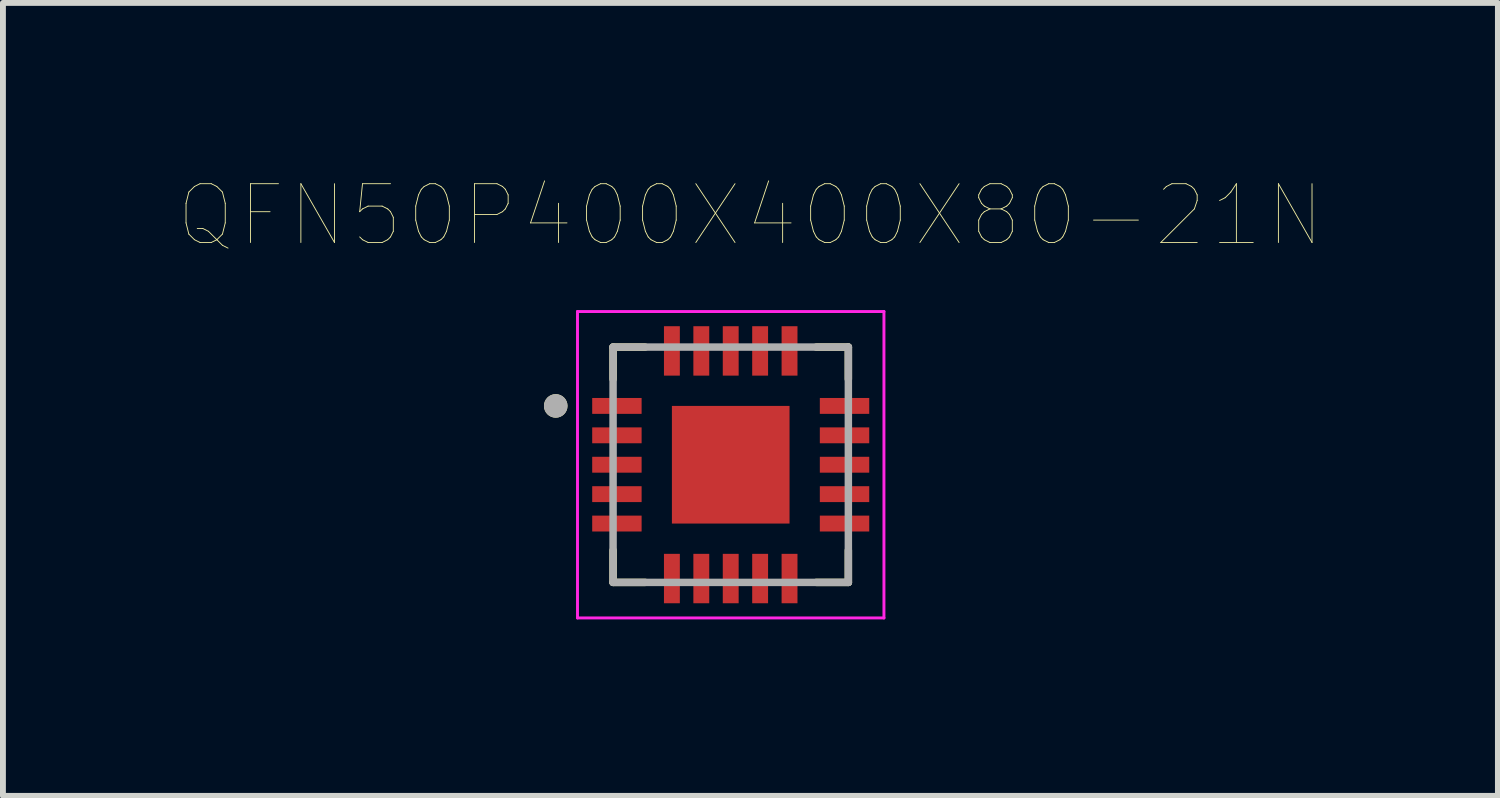
<source format=kicad_pcb>
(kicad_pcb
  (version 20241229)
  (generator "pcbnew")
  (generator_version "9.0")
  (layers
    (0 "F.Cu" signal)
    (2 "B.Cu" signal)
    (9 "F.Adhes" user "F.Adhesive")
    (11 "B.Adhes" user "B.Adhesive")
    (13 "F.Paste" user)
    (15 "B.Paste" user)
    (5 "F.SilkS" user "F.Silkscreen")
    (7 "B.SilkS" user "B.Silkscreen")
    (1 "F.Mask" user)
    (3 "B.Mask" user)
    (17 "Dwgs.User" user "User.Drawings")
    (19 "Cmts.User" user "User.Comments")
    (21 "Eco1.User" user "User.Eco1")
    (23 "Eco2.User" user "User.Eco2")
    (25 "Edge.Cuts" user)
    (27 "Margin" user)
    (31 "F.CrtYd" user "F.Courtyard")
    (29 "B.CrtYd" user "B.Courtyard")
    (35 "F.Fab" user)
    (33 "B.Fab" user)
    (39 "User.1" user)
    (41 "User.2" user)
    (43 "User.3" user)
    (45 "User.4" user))
  (footprint "QFN50P400X400X80-21N"
    (layer "F.Cu")
    (at 9.373 4.851)
    (property "Reference" "QFN50P400X400X80-21N" (at 0.335 -4.24 0) (layer "F.SilkS") (effects (font (size 1 1) (thickness 0.015))))
    (attr through_hole)
    (fp_line (start -2 -2) (end -2 -1.455) (stroke (width 0.127) (type solid)) (layer "F.SilkS"))
    (fp_line (start -2 -2) (end -1.455 -2) (stroke (width 0.127) (type solid)) (layer "F.SilkS"))
    (fp_line (start -2 2) (end -2 1.455) (stroke (width 0.127) (type solid)) (layer "F.SilkS"))
    (fp_line (start -2 2) (end -1.455 2) (stroke (width 0.127) (type solid)) (layer "F.SilkS"))
    (fp_line (start 2 -2) (end 1.455 -2) (stroke (width 0.127) (type solid)) (layer "F.SilkS"))
    (fp_line (start 2 -2) (end 2 -1.455) (stroke (width 0.127) (type solid)) (layer "F.SilkS"))
    (fp_line (start 2 2) (end 1.455 2) (stroke (width 0.127) (type solid)) (layer "F.SilkS"))
    (fp_line (start 2 2) (end 2 1.455) (stroke (width 0.127) (type solid)) (layer "F.SilkS"))
    (fp_circle (center -2.975 -1) (end -2.875 -1) (stroke (width 0.2) (type solid)) (fill no) (layer "F.SilkS"))
    (fp_poly (pts (xy -0.63 -0.63) (xy 0.63 -0.63) (xy 0.63 0.63) (xy -0.63 0.63)) (stroke (width 0.01) (type solid)) (fill yes) (layer "F.Paste"))
    (fp_line (start -2.605 -2.605) (end 2.605 -2.605) (stroke (width 0.05) (type solid)) (layer "F.CrtYd"))
    (fp_line (start -2.605 2.605) (end -2.605 -2.605) (stroke (width 0.05) (type solid)) (layer "F.CrtYd"))
    (fp_line (start -2.605 2.605) (end 2.605 2.605) (stroke (width 0.05) (type solid)) (layer "F.CrtYd"))
    (fp_line (start 2.605 2.605) (end 2.605 -2.605) (stroke (width 0.05) (type solid)) (layer "F.CrtYd"))
    (fp_line (start -2 2) (end -2 -2) (stroke (width 0.127) (type solid)) (layer "F.Fab"))
    (fp_line (start 2 -2) (end -2 -2) (stroke (width 0.127) (type solid)) (layer "F.Fab"))
    (fp_line (start 2 2) (end -2 2) (stroke (width 0.127) (type solid)) (layer "F.Fab"))
    (fp_line (start 2 2) (end 2 -2) (stroke (width 0.127) (type solid)) (layer "F.Fab"))
    (fp_circle (center -2.975 -1) (end -2.875 -1) (stroke (width 0.2) (type solid)) (fill no) (layer "F.Fab"))
    (pad "1" smd rect (at -1.935 -1) (size 0.84 0.27) (layers "F.Cu" "F.Mask" "F.Paste"))
    (pad "2" smd rect (at -1.935 -0.5) (size 0.84 0.27) (layers "F.Cu" "F.Mask" "F.Paste"))
    (pad "3" smd rect (at -1.935 0) (size 0.84 0.27) (layers "F.Cu" "F.Mask" "F.Paste"))
    (pad "4" smd rect (at -1.935 0.5) (size 0.84 0.27) (layers "F.Cu" "F.Mask" "F.Paste"))
    (pad "5" smd rect (at -1.935 1) (size 0.84 0.27) (layers "F.Cu" "F.Mask" "F.Paste"))
    (pad "6" smd rect (at -1 1.935) (size 0.27 0.84) (layers "F.Cu" "F.Mask" "F.Paste"))
    (pad "7" smd rect (at -0.5 1.935) (size 0.27 0.84) (layers "F.Cu" "F.Mask" "F.Paste"))
    (pad "8" smd rect (at 0 1.935) (size 0.27 0.84) (layers "F.Cu" "F.Mask" "F.Paste"))
    (pad "9" smd rect (at 0.5 1.935) (size 0.27 0.84) (layers "F.Cu" "F.Mask" "F.Paste"))
    (pad "10" smd rect (at 1 1.935) (size 0.27 0.84) (layers "F.Cu" "F.Mask" "F.Paste"))
    (pad "11" smd rect (at 1.935 1) (size 0.84 0.27) (layers "F.Cu" "F.Mask" "F.Paste"))
    (pad "12" smd rect (at 1.935 0.5) (size 0.84 0.27) (layers "F.Cu" "F.Mask" "F.Paste"))
    (pad "13" smd rect (at 1.935 0) (size 0.84 0.27) (layers "F.Cu" "F.Mask" "F.Paste"))
    (pad "14" smd rect (at 1.935 -0.5) (size 0.84 0.27) (layers "F.Cu" "F.Mask" "F.Paste"))
    (pad "15" smd rect (at 1.935 -1) (size 0.84 0.27) (layers "F.Cu" "F.Mask" "F.Paste"))
    (pad "16" smd rect (at 1 -1.935) (size 0.27 0.84) (layers "F.Cu" "F.Mask" "F.Paste"))
    (pad "17" smd rect (at 0.5 -1.935) (size 0.27 0.84) (layers "F.Cu" "F.Mask" "F.Paste"))
    (pad "18" smd rect (at 0 -1.935) (size 0.27 0.84) (layers "F.Cu" "F.Mask" "F.Paste"))
    (pad "19" smd rect (at -0.5 -1.935) (size 0.27 0.84) (layers "F.Cu" "F.Mask" "F.Paste"))
    (pad "20" smd rect (at -1 -1.935) (size 0.27 0.84) (layers "F.Cu" "F.Mask" "F.Paste"))
    (pad "21" smd rect (at 0 0) (size 2 2) (layers "F.Cu" "F.Mask")))
  (gr_rect
    (start -3 -3)
    (end 22.416 10.481)
    (stroke (width 0.1) (type default))
    (fill no)
    (layer "Edge.Cuts")))
</source>
